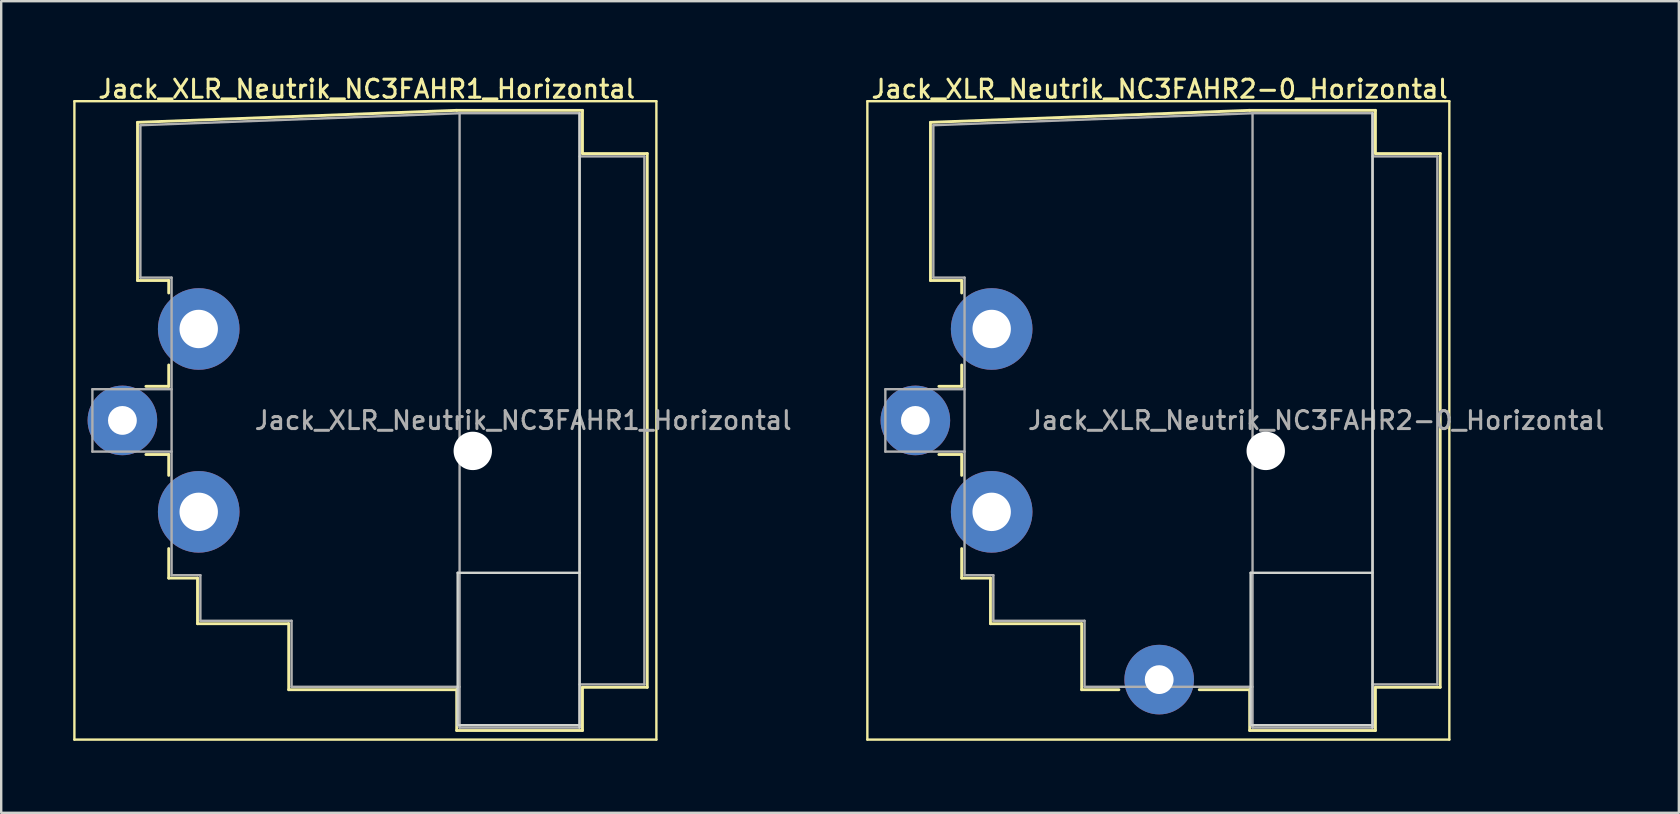
<source format=kicad_pcb>
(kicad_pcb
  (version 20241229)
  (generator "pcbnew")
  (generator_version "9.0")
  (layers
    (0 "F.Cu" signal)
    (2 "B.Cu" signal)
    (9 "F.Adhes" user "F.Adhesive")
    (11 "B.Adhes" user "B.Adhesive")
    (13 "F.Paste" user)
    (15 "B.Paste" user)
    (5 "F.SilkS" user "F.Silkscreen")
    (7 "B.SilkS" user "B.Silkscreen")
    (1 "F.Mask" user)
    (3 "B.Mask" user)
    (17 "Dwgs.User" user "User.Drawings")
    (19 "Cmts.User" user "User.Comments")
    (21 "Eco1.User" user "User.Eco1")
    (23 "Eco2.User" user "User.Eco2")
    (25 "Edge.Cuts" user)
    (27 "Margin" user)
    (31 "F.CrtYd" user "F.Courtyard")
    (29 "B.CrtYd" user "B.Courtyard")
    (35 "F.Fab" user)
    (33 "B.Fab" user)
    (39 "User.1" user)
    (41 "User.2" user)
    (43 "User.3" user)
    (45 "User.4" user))
  (footprint "Jack_XLR_Neutrik_NC3FAHR2-0_Horizontal"
    (layer "F.Cu")
    (at 38.271 10.658)
    (property "Reference" "Jack_XLR_Neutrik_NC3FAHR2-0_Horizontal" (at 7 -10 0) (layer "F.SilkS") (effects (font (size 0.75 0.75) (thickness 0.125))))
    (attr through_hole)
    (fp_line (start -5.18 -9.49) (end -5.18 17.11) (stroke (width 0.1) (type solid)) (layer "F.SilkS"))
    (fp_line (start -2.55 -8.61) (end -2.55 -2.02) (stroke (width 0.12) (type solid)) (layer "F.SilkS"))
    (fp_line (start -2.55 -2.02) (end -1.25 -2.02) (stroke (width 0.12) (type solid)) (layer "F.SilkS"))
    (fp_line (start -1.25 -2.02) (end -1.25 -1.5) (stroke (width 0.12) (type solid)) (layer "F.SilkS"))
    (fp_line (start -1.25 1.5) (end -1.25 2.39) (stroke (width 0.12) (type solid)) (layer "F.SilkS"))
    (fp_line (start -1.25 2.39) (end -2.2 2.39) (stroke (width 0.12) (type solid)) (layer "F.SilkS"))
    (fp_line (start -1.25 5.23) (end -2.2 5.23) (stroke (width 0.12) (type solid)) (layer "F.SilkS"))
    (fp_line (start -1.25 5.23) (end -1.25 6.1) (stroke (width 0.12) (type solid)) (layer "F.SilkS"))
    (fp_line (start -1.25 9.15) (end -1.25 10.38) (stroke (width 0.12) (type solid)) (layer "F.SilkS"))
    (fp_line (start -0.05 10.38) (end -1.25 10.38) (stroke (width 0.12) (type solid)) (layer "F.SilkS"))
    (fp_line (start -0.05 10.38) (end -0.05 12.28) (stroke (width 0.12) (type solid)) (layer "F.SilkS"))
    (fp_line (start 3.75 12.28) (end -0.05 12.28) (stroke (width 0.12) (type solid)) (layer "F.SilkS"))
    (fp_line (start 3.75 12.28) (end 3.75 15.03) (stroke (width 0.12) (type solid)) (layer "F.SilkS"))
    (fp_line (start 5.3 15.03) (end 3.75 15.03) (stroke (width 0.12) (type solid)) (layer "F.SilkS"))
    (fp_line (start 10.75 -9.11) (end -2.55 -8.61) (stroke (width 0.12) (type solid)) (layer "F.SilkS"))
    (fp_line (start 10.75 15.03) (end 8.65 15.03) (stroke (width 0.12) (type solid)) (layer "F.SilkS"))
    (fp_line (start 10.75 16.73) (end 10.75 15.03) (stroke (width 0.12) (type solid)) (layer "F.SilkS"))
    (fp_line (start 15.99 -9.11) (end 10.75 -9.11) (stroke (width 0.12) (type solid)) (layer "F.SilkS"))
    (fp_line (start 15.99 -9.11) (end 15.99 -7.31) (stroke (width 0.12) (type solid)) (layer "F.SilkS"))
    (fp_line (start 15.99 -7.31) (end 18.69 -7.31) (stroke (width 0.12) (type solid)) (layer "F.SilkS"))
    (fp_line (start 15.99 14.93) (end 15.99 16.73) (stroke (width 0.12) (type solid)) (layer "F.SilkS"))
    (fp_line (start 15.99 14.93) (end 18.69 14.93) (stroke (width 0.12) (type solid)) (layer "F.SilkS"))
    (fp_line (start 15.99 16.73) (end 10.75 16.73) (stroke (width 0.12) (type solid)) (layer "F.SilkS"))
    (fp_line (start 18.69 -7.31) (end 18.69 14.93) (stroke (width 0.12) (type solid)) (layer "F.SilkS"))
    (fp_line (start 19.07 -9.49) (end -5.18 -9.49) (stroke (width 0.1) (type solid)) (layer "F.SilkS"))
    (fp_line (start 19.07 -9.49) (end 19.07 17.11) (stroke (width 0.1) (type solid)) (layer "F.SilkS"))
    (fp_line (start 19.07 17.11) (end -5.18 17.11) (stroke (width 0.1) (type solid)) (layer "F.SilkS"))
    (fp_line (start 10.79 10.16) (end 10.79 16.51) (stroke (width 0.1) (type solid)) (layer "Edge.Cuts"))
    (fp_line (start 10.79 16.51) (end 15.87 16.51) (stroke (width 0.1) (type solid)) (layer "Edge.Cuts"))
    (fp_line (start 15.87 -8.99) (end 15.87 16.61) (stroke (width 0.1) (type solid)) (layer "Edge.Cuts"))
    (fp_line (start 15.87 10.16) (end 10.79 10.16) (stroke (width 0.1) (type solid)) (layer "Edge.Cuts"))
    (fp_line (start -4.43 2.51) (end -4.43 5.11) (stroke (width 0.1) (type solid)) (layer "F.Fab"))
    (fp_line (start -4.43 2.51) (end -1.13 2.51) (stroke (width 0.1) (type solid)) (layer "F.Fab"))
    (fp_line (start -4.43 5.11) (end -1.13 5.11) (stroke (width 0.1) (type solid)) (layer "F.Fab"))
    (fp_line (start -2.43 -8.49) (end -2.43 -2.14) (stroke (width 0.1) (type solid)) (layer "F.Fab"))
    (fp_line (start -2.43 -8.49) (end 10.87 -8.99) (stroke (width 0.1) (type solid)) (layer "F.Fab"))
    (fp_line (start -1.13 -2.14) (end -2.43 -2.14) (stroke (width 0.1) (type solid)) (layer "F.Fab"))
    (fp_line (start -1.13 -2.14) (end -1.13 10.26) (stroke (width 0.1) (type solid)) (layer "F.Fab"))
    (fp_line (start -1.13 10.26) (end 0.07 10.26) (stroke (width 0.1) (type solid)) (layer "F.Fab"))
    (fp_line (start 0.07 10.26) (end 0.07 12.16) (stroke (width 0.1) (type solid)) (layer "F.Fab"))
    (fp_line (start 0.07 12.16) (end 3.87 12.16) (stroke (width 0.1) (type solid)) (layer "F.Fab"))
    (fp_line (start 3.87 12.16) (end 3.87 14.91) (stroke (width 0.1) (type solid)) (layer "F.Fab"))
    (fp_line (start 3.87 14.91) (end 10.87 14.91) (stroke (width 0.1) (type solid)) (layer "F.Fab"))
    (fp_line (start 10.87 -8.99) (end 15.87 -8.99) (stroke (width 0.1) (type solid)) (layer "F.Fab"))
    (fp_line (start 10.87 16.61) (end 10.87 -8.99) (stroke (width 0.1) (type solid)) (layer "F.Fab"))
    (fp_line (start 15.87 -8.99) (end 15.87 16.61) (stroke (width 0.1) (type solid)) (layer "F.Fab"))
    (fp_line (start 15.87 -7.19) (end 18.57 -7.19) (stroke (width 0.1) (type solid)) (layer "F.Fab"))
    (fp_line (start 15.87 16.61) (end 10.87 16.61) (stroke (width 0.1) (type solid)) (layer "F.Fab"))
    (fp_line (start 18.57 -7.19) (end 18.57 14.81) (stroke (width 0.1) (type solid)) (layer "F.Fab"))
    (fp_line (start 18.57 14.81) (end 15.87 14.81) (stroke (width 0.1) (type solid)) (layer "F.Fab"))
    (fp_text user "${REFERENCE}" (at 13.52 3.81 0) (layer "F.Fab") (effects (font (size 0.75 0.75) (thickness 0.125))))
    (pad "" np_thru_hole circle (at 11.42 5.08) (size 1.6 1.6) (drill 1.6) (layers "*.Cu" "*.Mask"))
    (pad "1" thru_hole circle (at 0 0) (size 3.4 3.4) (drill 1.6) (layers "*.Cu" "*.Mask"))
    (pad "2" thru_hole circle (at -3.18 3.81) (size 2.9 2.9) (drill 1.2) (layers "*.Cu" "*.Mask"))
    (pad "3" thru_hole circle (at 0 7.62) (size 3.4 3.4) (drill 1.6) (layers "*.Cu" "*.Mask"))
    (pad "G" thru_hole circle (at 6.98 14.61) (size 2.9 2.9) (drill 1.2) (layers "*.Cu" "*.Mask")))
  (footprint "Jack_XLR_Neutrik_NC3FAHR1_Horizontal"
    (layer "F.Cu")
    (at 5.23 10.658)
    (property "Reference" "Jack_XLR_Neutrik_NC3FAHR1_Horizontal" (at 7 -10 0) (layer "F.SilkS") (effects (font (size 0.75 0.75) (thickness 0.125))))
    (attr through_hole)
    (fp_line (start -5.18 -9.49) (end -5.18 17.11) (stroke (width 0.1) (type solid)) (layer "F.SilkS"))
    (fp_line (start -2.55 -8.61) (end -2.55 -2.02) (stroke (width 0.12) (type solid)) (layer "F.SilkS"))
    (fp_line (start -2.55 -2.02) (end -1.25 -2.02) (stroke (width 0.12) (type solid)) (layer "F.SilkS"))
    (fp_line (start -1.25 -2.02) (end -1.25 -1.5) (stroke (width 0.12) (type solid)) (layer "F.SilkS"))
    (fp_line (start -1.25 1.5) (end -1.25 2.39) (stroke (width 0.12) (type solid)) (layer "F.SilkS"))
    (fp_line (start -1.25 2.39) (end -2.2 2.39) (stroke (width 0.12) (type solid)) (layer "F.SilkS"))
    (fp_line (start -1.25 5.23) (end -2.2 5.23) (stroke (width 0.12) (type solid)) (layer "F.SilkS"))
    (fp_line (start -1.25 5.23) (end -1.25 6.1) (stroke (width 0.12) (type solid)) (layer "F.SilkS"))
    (fp_line (start -1.25 9.15) (end -1.25 10.38) (stroke (width 0.12) (type solid)) (layer "F.SilkS"))
    (fp_line (start -0.05 10.38) (end -1.25 10.38) (stroke (width 0.12) (type solid)) (layer "F.SilkS"))
    (fp_line (start -0.05 10.38) (end -0.05 12.28) (stroke (width 0.12) (type solid)) (layer "F.SilkS"))
    (fp_line (start 3.75 12.28) (end -0.05 12.28) (stroke (width 0.12) (type solid)) (layer "F.SilkS"))
    (fp_line (start 3.75 12.28) (end 3.75 15.03) (stroke (width 0.12) (type solid)) (layer "F.SilkS"))
    (fp_line (start 10.75 -9.11) (end -2.55 -8.61) (stroke (width 0.12) (type solid)) (layer "F.SilkS"))
    (fp_line (start 10.75 15.03) (end 3.75 15.03) (stroke (width 0.12) (type solid)) (layer "F.SilkS"))
    (fp_line (start 10.75 16.73) (end 10.75 15.03) (stroke (width 0.12) (type solid)) (layer "F.SilkS"))
    (fp_line (start 15.99 -9.11) (end 10.75 -9.11) (stroke (width 0.12) (type solid)) (layer "F.SilkS"))
    (fp_line (start 15.99 -9.11) (end 15.99 -7.31) (stroke (width 0.12) (type solid)) (layer "F.SilkS"))
    (fp_line (start 15.99 -7.31) (end 18.69 -7.31) (stroke (width 0.12) (type solid)) (layer "F.SilkS"))
    (fp_line (start 15.99 14.93) (end 15.99 16.73) (stroke (width 0.12) (type solid)) (layer "F.SilkS"))
    (fp_line (start 15.99 14.93) (end 18.69 14.93) (stroke (width 0.12) (type solid)) (layer "F.SilkS"))
    (fp_line (start 15.99 16.73) (end 10.75 16.73) (stroke (width 0.12) (type solid)) (layer "F.SilkS"))
    (fp_line (start 18.69 -7.31) (end 18.69 14.93) (stroke (width 0.12) (type solid)) (layer "F.SilkS"))
    (fp_line (start 19.07 -9.49) (end -5.18 -9.49) (stroke (width 0.1) (type solid)) (layer "F.SilkS"))
    (fp_line (start 19.07 -9.49) (end 19.07 17.11) (stroke (width 0.1) (type solid)) (layer "F.SilkS"))
    (fp_line (start 19.07 17.11) (end -5.18 17.11) (stroke (width 0.1) (type solid)) (layer "F.SilkS"))
    (fp_line (start 10.79 10.16) (end 10.79 16.51) (stroke (width 0.1) (type solid)) (layer "Edge.Cuts"))
    (fp_line (start 10.79 16.51) (end 15.87 16.51) (stroke (width 0.1) (type solid)) (layer "Edge.Cuts"))
    (fp_line (start 15.87 -8.99) (end 15.87 16.61) (stroke (width 0.1) (type solid)) (layer "Edge.Cuts"))
    (fp_line (start 15.87 10.16) (end 10.79 10.16) (stroke (width 0.1) (type solid)) (layer "Edge.Cuts"))
    (fp_line (start -4.43 2.51) (end -4.43 5.11) (stroke (width 0.1) (type solid)) (layer "F.Fab"))
    (fp_line (start -4.43 2.51) (end -1.13 2.51) (stroke (width 0.1) (type solid)) (layer "F.Fab"))
    (fp_line (start -4.43 5.11) (end -1.13 5.11) (stroke (width 0.1) (type solid)) (layer "F.Fab"))
    (fp_line (start -2.43 -8.49) (end -2.43 -2.14) (stroke (width 0.1) (type solid)) (layer "F.Fab"))
    (fp_line (start -2.43 -8.49) (end 10.87 -8.99) (stroke (width 0.1) (type solid)) (layer "F.Fab"))
    (fp_line (start -1.13 -2.14) (end -2.43 -2.14) (stroke (width 0.1) (type solid)) (layer "F.Fab"))
    (fp_line (start -1.13 -2.14) (end -1.13 10.26) (stroke (width 0.1) (type solid)) (layer "F.Fab"))
    (fp_line (start -1.13 10.26) (end 0.07 10.26) (stroke (width 0.1) (type solid)) (layer "F.Fab"))
    (fp_line (start 0.07 10.26) (end 0.07 12.16) (stroke (width 0.1) (type solid)) (layer "F.Fab"))
    (fp_line (start 0.07 12.16) (end 3.87 12.16) (stroke (width 0.1) (type solid)) (layer "F.Fab"))
    (fp_line (start 3.87 12.16) (end 3.87 14.91) (stroke (width 0.1) (type solid)) (layer "F.Fab"))
    (fp_line (start 3.87 14.91) (end 10.87 14.91) (stroke (width 0.1) (type solid)) (layer "F.Fab"))
    (fp_line (start 10.87 -8.99) (end 15.87 -8.99) (stroke (width 0.1) (type solid)) (layer "F.Fab"))
    (fp_line (start 10.87 16.61) (end 10.87 -8.99) (stroke (width 0.1) (type solid)) (layer "F.Fab"))
    (fp_line (start 15.87 -8.99) (end 15.87 16.61) (stroke (width 0.1) (type solid)) (layer "F.Fab"))
    (fp_line (start 15.87 -7.19) (end 18.57 -7.19) (stroke (width 0.1) (type solid)) (layer "F.Fab"))
    (fp_line (start 15.87 16.61) (end 10.87 16.61) (stroke (width 0.1) (type solid)) (layer "F.Fab"))
    (fp_line (start 18.57 -7.19) (end 18.57 14.81) (stroke (width 0.1) (type solid)) (layer "F.Fab"))
    (fp_line (start 18.57 14.81) (end 15.87 14.81) (stroke (width 0.1) (type solid)) (layer "F.Fab"))
    (fp_text user "${REFERENCE}" (at 13.52 3.81 0) (layer "F.Fab") (effects (font (size 0.75 0.75) (thickness 0.125))))
    (pad "" np_thru_hole circle (at 11.42 5.08) (size 1.6 1.6) (drill 1.6) (layers "*.Cu" "*.Mask"))
    (pad "1" thru_hole circle (at 0 0) (size 3.4 3.4) (drill 1.6) (layers "*.Cu" "*.Mask"))
    (pad "2" thru_hole circle (at -3.18 3.81) (size 2.9 2.9) (drill 1.2) (layers "*.Cu" "*.Mask"))
    (pad "3" thru_hole circle (at 0 7.62) (size 3.4 3.4) (drill 1.6) (layers "*.Cu" "*.Mask")))
  (gr_rect
    (start -3 -3)
    (end 66.904 30.818)
    (stroke (width 0.1) (type default))
    (fill no)
    (layer "Edge.Cuts")))
</source>
